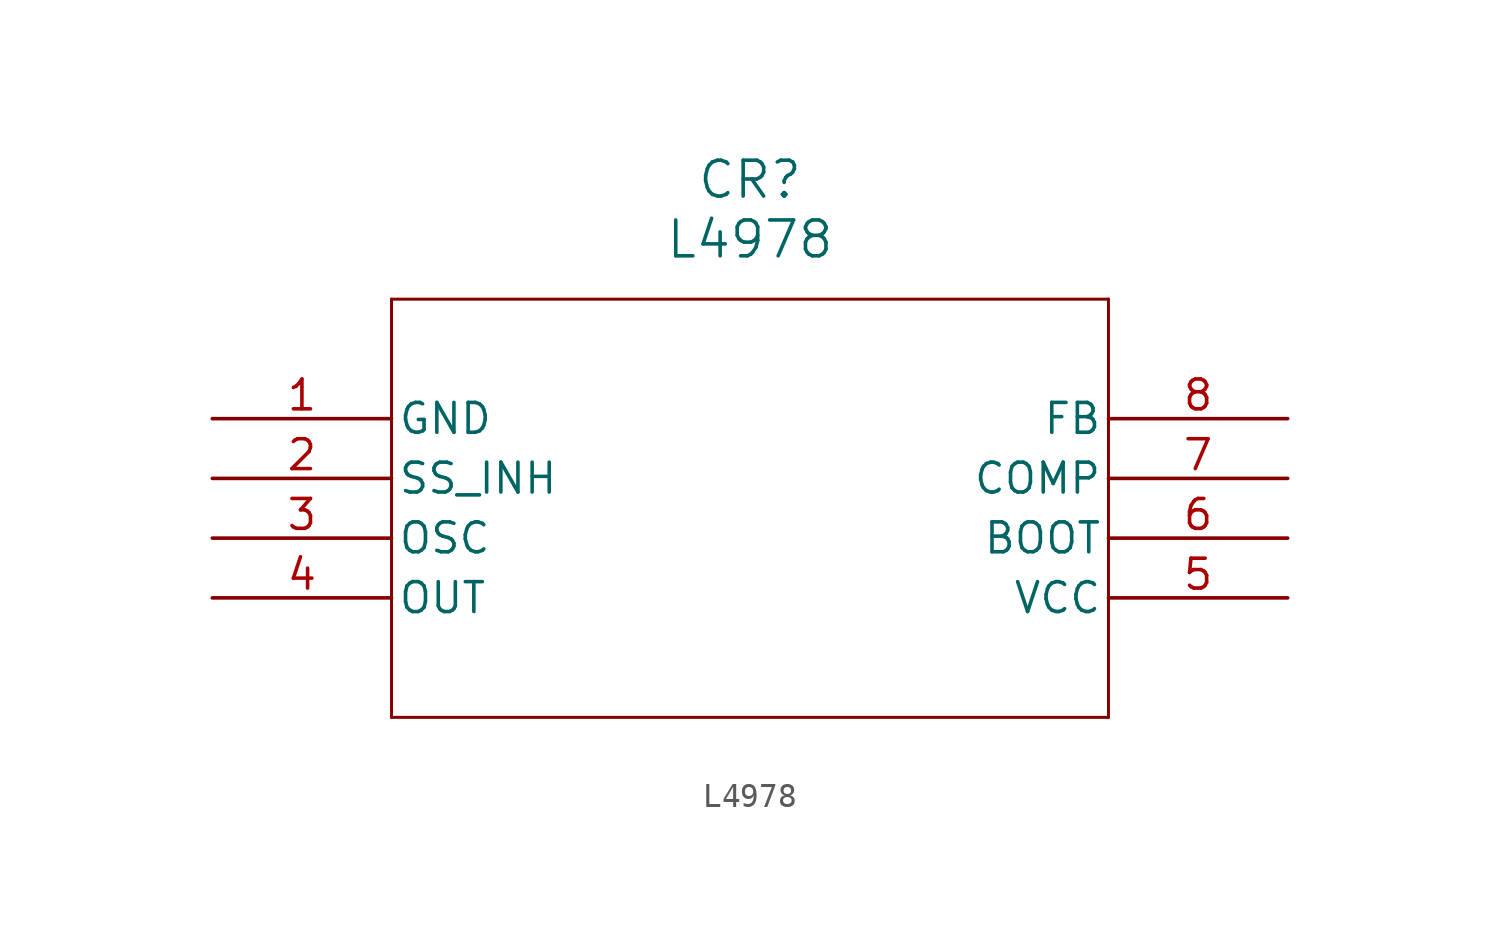
<source format=kicad_sym>
(kicad_symbol_lib
  (version 20220914)
  (generator kicad_symbol_editor)
  (symbol "L4978"
    (pin_names
      (offset 0.254))
    (property "Reference" "CR"
      (at 22.86 10.16 0)
      (effects (font (size 1.524 1.524))))
    (property "Value" "L4978"
      (at 22.86 7.62 0)
      (effects (font (size 1.524 1.524))))
    (property "ki_locked" ""
      (at 0 0 0)
      (effects (font (size 1.27 1.27))))
    (symbol "L4978_0_1"
      (polyline (pts (xy 7.62 -12.7) (xy 38.1 -12.7)) (stroke (width 0.127) (type default)) (fill (type none)))
      (polyline (pts (xy 7.62 5.08) (xy 7.62 -12.7)) (stroke (width 0.127) (type default)) (fill (type none)))
      (polyline (pts (xy 38.1 -12.7) (xy 38.1 5.08)) (stroke (width 0.127) (type default)) (fill (type none)))
      (polyline (pts (xy 38.1 5.08) (xy 7.62 5.08)) (stroke (width 0.127) (type default)) (fill (type none)))
      (pin power_out line (at 0 0 0) (length 7.62) (name "GND" (effects (font (size 1.27 1.27)))) (number "1" (effects (font (size 1.27 1.27)))))
      (pin input line (at 0 -2.54 0) (length 7.62) (name "SS_INH" (effects (font (size 1.27 1.27)))) (number "2" (effects (font (size 1.27 1.27)))))
      (pin output line (at 0 -5.08 0) (length 7.62) (name "OSC" (effects (font (size 1.27 1.27)))) (number "3" (effects (font (size 1.27 1.27)))))
      (pin output line (at 0 -7.62 0) (length 7.62) (name "OUT" (effects (font (size 1.27 1.27)))) (number "4" (effects (font (size 1.27 1.27)))))
      (pin power_in line (at 45.72 -7.62 180) (length 7.62) (name "VCC" (effects (font (size 1.27 1.27)))) (number "5" (effects (font (size 1.27 1.27)))))
      (pin output line (at 45.72 -5.08 180) (length 7.62) (name "BOOT" (effects (font (size 1.27 1.27)))) (number "6" (effects (font (size 1.27 1.27)))))
      (pin output line (at 45.72 -2.54 180) (length 7.62) (name "COMP" (effects (font (size 1.27 1.27)))) (number "7" (effects (font (size 1.27 1.27)))))
      (pin input line (at 45.72 0 180) (length 7.62) (name "FB" (effects (font (size 1.27 1.27)))) (number "8" (effects (font (size 1.27 1.27))))))))
</source>
